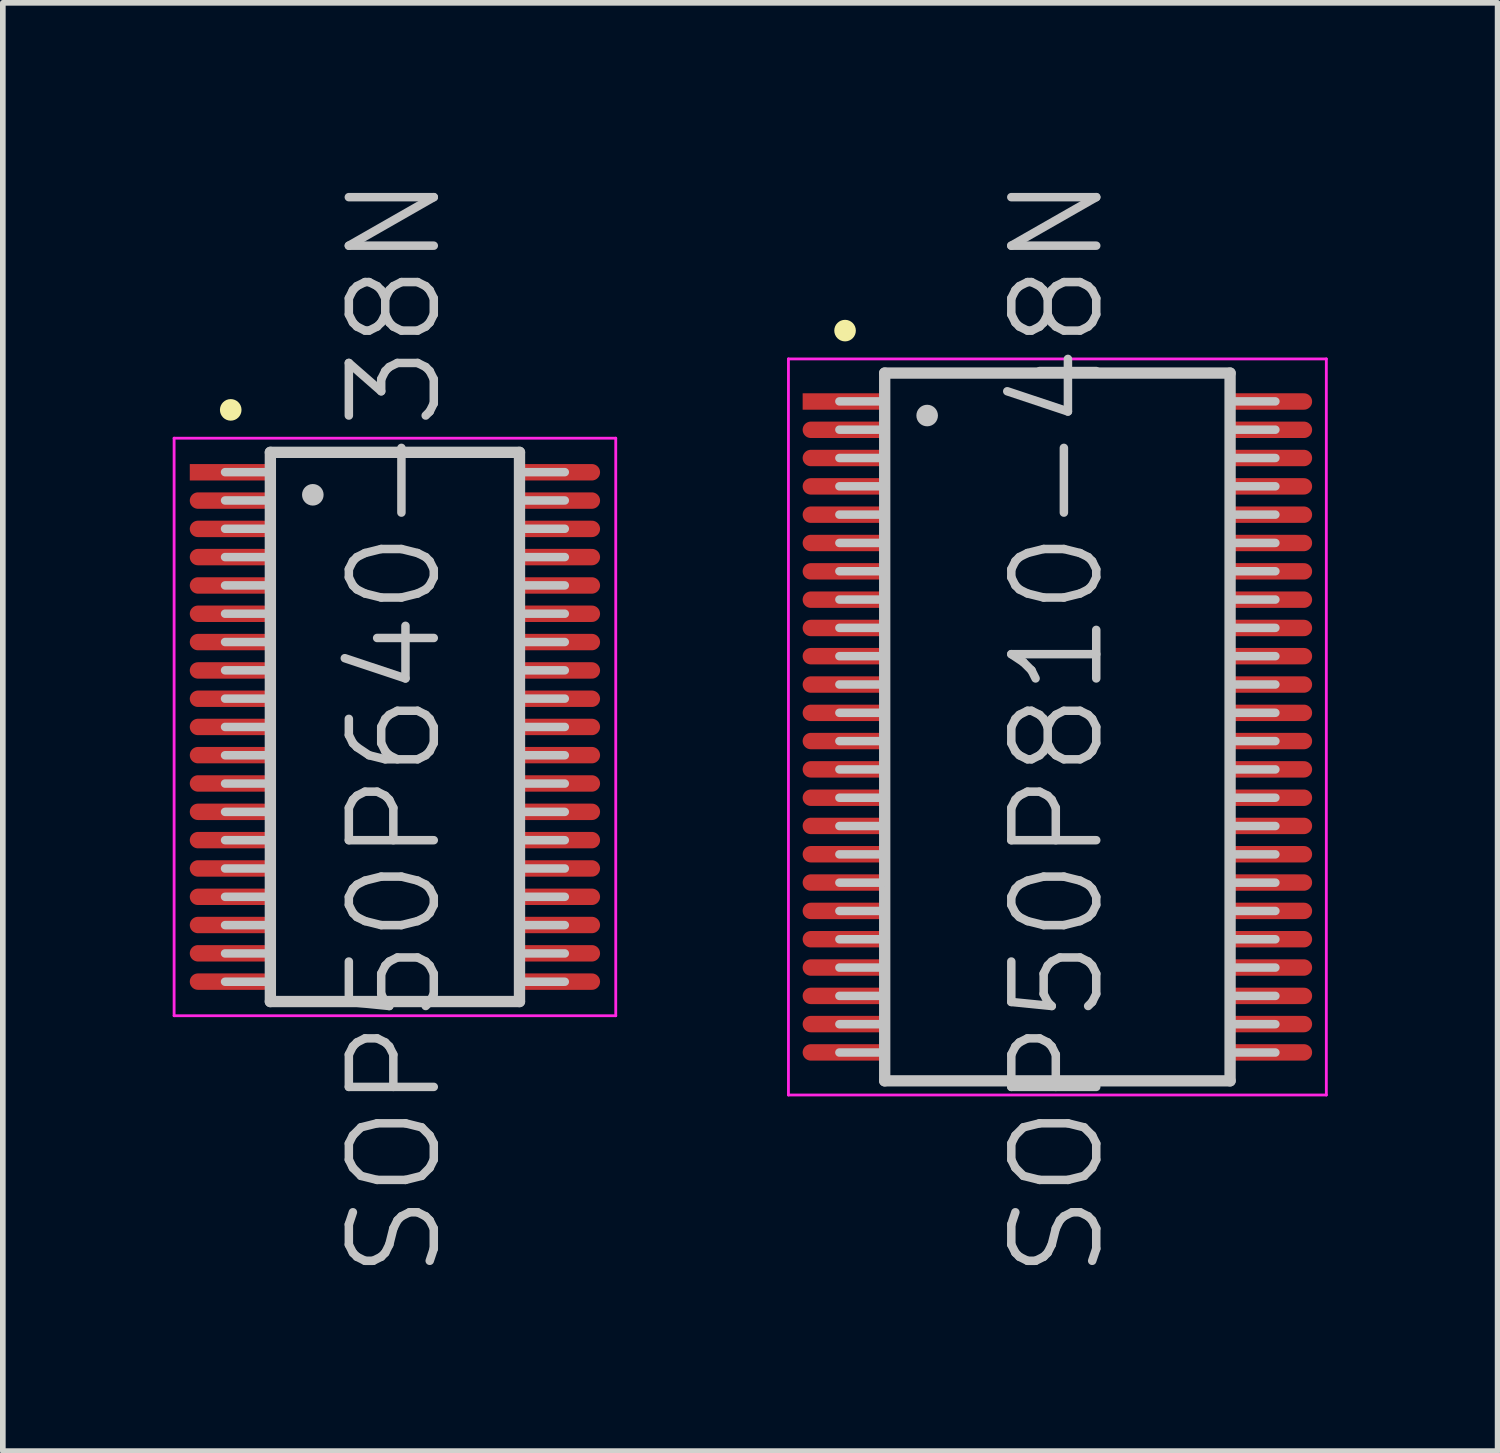
<source format=kicad_pcb>
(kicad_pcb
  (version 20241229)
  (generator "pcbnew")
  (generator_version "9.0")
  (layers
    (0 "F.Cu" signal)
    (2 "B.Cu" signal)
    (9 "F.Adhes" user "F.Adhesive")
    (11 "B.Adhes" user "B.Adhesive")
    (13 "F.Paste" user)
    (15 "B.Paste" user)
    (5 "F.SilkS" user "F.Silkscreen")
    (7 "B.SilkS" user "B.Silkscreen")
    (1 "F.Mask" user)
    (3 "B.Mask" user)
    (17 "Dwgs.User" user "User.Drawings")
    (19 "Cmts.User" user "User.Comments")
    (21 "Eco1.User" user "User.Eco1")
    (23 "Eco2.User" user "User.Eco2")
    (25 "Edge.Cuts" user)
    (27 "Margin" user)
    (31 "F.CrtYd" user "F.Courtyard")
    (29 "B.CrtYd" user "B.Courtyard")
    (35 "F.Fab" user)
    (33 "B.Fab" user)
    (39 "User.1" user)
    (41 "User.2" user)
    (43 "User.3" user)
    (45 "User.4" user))
  (footprint "SOP50P810-48N"
    (layer "F.Cu")
    (at 15.625 9.789)
    (property "Reference" "SOP50P810-48N" (at 0 0 90) (layer "Dwgs.User") (effects (font (size 1.5 1.5) (thickness 0.15))))
    (attr smd)
    (fp_line (start -3.75 -7) (end -3.75 -7) (stroke (width 0.381) (type solid)) (layer "F.SilkS"))
    (fp_line (start -3.05 -6.25) (end -3.05 6.25) (stroke (width 0.2) (type solid)) (layer "Dwgs.User"))
    (fp_line (start -3.05 -6.25) (end 3.05 -6.25) (stroke (width 0.2) (type solid)) (layer "Dwgs.User"))
    (fp_line (start -3.05 -5.75) (end -3.85 -5.75) (stroke (width 0.15) (type solid)) (layer "Dwgs.User"))
    (fp_line (start -3.05 -5.25) (end -3.85 -5.25) (stroke (width 0.15) (type solid)) (layer "Dwgs.User"))
    (fp_line (start -3.05 -4.75) (end -3.85 -4.75) (stroke (width 0.15) (type solid)) (layer "Dwgs.User"))
    (fp_line (start -3.05 -4.25) (end -3.85 -4.25) (stroke (width 0.15) (type solid)) (layer "Dwgs.User"))
    (fp_line (start -3.05 -3.75) (end -3.85 -3.75) (stroke (width 0.15) (type solid)) (layer "Dwgs.User"))
    (fp_line (start -3.05 -3.25) (end -3.85 -3.25) (stroke (width 0.15) (type solid)) (layer "Dwgs.User"))
    (fp_line (start -3.05 -2.75) (end -3.85 -2.75) (stroke (width 0.15) (type solid)) (layer "Dwgs.User"))
    (fp_line (start -3.05 -2.25) (end -3.85 -2.25) (stroke (width 0.15) (type solid)) (layer "Dwgs.User"))
    (fp_line (start -3.05 -1.75) (end -3.85 -1.75) (stroke (width 0.15) (type solid)) (layer "Dwgs.User"))
    (fp_line (start -3.05 -1.25) (end -3.85 -1.25) (stroke (width 0.15) (type solid)) (layer "Dwgs.User"))
    (fp_line (start -3.05 -0.75) (end -3.85 -0.75) (stroke (width 0.15) (type solid)) (layer "Dwgs.User"))
    (fp_line (start -3.05 -0.25) (end -3.85 -0.25) (stroke (width 0.15) (type solid)) (layer "Dwgs.User"))
    (fp_line (start -3.05 0.25) (end -3.85 0.25) (stroke (width 0.15) (type solid)) (layer "Dwgs.User"))
    (fp_line (start -3.05 0.75) (end -3.85 0.75) (stroke (width 0.15) (type solid)) (layer "Dwgs.User"))
    (fp_line (start -3.05 1.25) (end -3.85 1.25) (stroke (width 0.15) (type solid)) (layer "Dwgs.User"))
    (fp_line (start -3.05 1.75) (end -3.85 1.75) (stroke (width 0.15) (type solid)) (layer "Dwgs.User"))
    (fp_line (start -3.05 2.25) (end -3.85 2.25) (stroke (width 0.15) (type solid)) (layer "Dwgs.User"))
    (fp_line (start -3.05 2.75) (end -3.85 2.75) (stroke (width 0.15) (type solid)) (layer "Dwgs.User"))
    (fp_line (start -3.05 3.25) (end -3.85 3.25) (stroke (width 0.15) (type solid)) (layer "Dwgs.User"))
    (fp_line (start -3.05 3.75) (end -3.85 3.75) (stroke (width 0.15) (type solid)) (layer "Dwgs.User"))
    (fp_line (start -3.05 4.25) (end -3.85 4.25) (stroke (width 0.15) (type solid)) (layer "Dwgs.User"))
    (fp_line (start -3.05 4.75) (end -3.85 4.75) (stroke (width 0.15) (type solid)) (layer "Dwgs.User"))
    (fp_line (start -3.05 5.25) (end -3.85 5.25) (stroke (width 0.15) (type solid)) (layer "Dwgs.User"))
    (fp_line (start -3.05 5.75) (end -3.85 5.75) (stroke (width 0.15) (type solid)) (layer "Dwgs.User"))
    (fp_line (start -3.05 6.25) (end 3.05 6.25) (stroke (width 0.2) (type solid)) (layer "Dwgs.User"))
    (fp_line (start -2.3 -5.5) (end -2.3 -5.5) (stroke (width 0.381) (type solid)) (layer "Dwgs.User"))
    (fp_line (start 3.05 -6.25) (end 3.05 6.25) (stroke (width 0.2) (type solid)) (layer "Dwgs.User"))
    (fp_line (start 3.85 -5.75) (end 3.05 -5.75) (stroke (width 0.15) (type solid)) (layer "Dwgs.User"))
    (fp_line (start 3.85 -5.25) (end 3.05 -5.25) (stroke (width 0.15) (type solid)) (layer "Dwgs.User"))
    (fp_line (start 3.85 -4.75) (end 3.05 -4.75) (stroke (width 0.15) (type solid)) (layer "Dwgs.User"))
    (fp_line (start 3.85 -4.25) (end 3.05 -4.25) (stroke (width 0.15) (type solid)) (layer "Dwgs.User"))
    (fp_line (start 3.85 -3.75) (end 3.05 -3.75) (stroke (width 0.15) (type solid)) (layer "Dwgs.User"))
    (fp_line (start 3.85 -3.25) (end 3.05 -3.25) (stroke (width 0.15) (type solid)) (layer "Dwgs.User"))
    (fp_line (start 3.85 -2.75) (end 3.05 -2.75) (stroke (width 0.15) (type solid)) (layer "Dwgs.User"))
    (fp_line (start 3.85 -2.25) (end 3.05 -2.25) (stroke (width 0.15) (type solid)) (layer "Dwgs.User"))
    (fp_line (start 3.85 -1.75) (end 3.05 -1.75) (stroke (width 0.15) (type solid)) (layer "Dwgs.User"))
    (fp_line (start 3.85 -1.25) (end 3.05 -1.25) (stroke (width 0.15) (type solid)) (layer "Dwgs.User"))
    (fp_line (start 3.85 -0.75) (end 3.05 -0.75) (stroke (width 0.15) (type solid)) (layer "Dwgs.User"))
    (fp_line (start 3.85 -0.25) (end 3.05 -0.25) (stroke (width 0.15) (type solid)) (layer "Dwgs.User"))
    (fp_line (start 3.85 0.25) (end 3.05 0.25) (stroke (width 0.15) (type solid)) (layer "Dwgs.User"))
    (fp_line (start 3.85 0.75) (end 3.05 0.75) (stroke (width 0.15) (type solid)) (layer "Dwgs.User"))
    (fp_line (start 3.85 1.25) (end 3.05 1.25) (stroke (width 0.15) (type solid)) (layer "Dwgs.User"))
    (fp_line (start 3.85 1.75) (end 3.05 1.75) (stroke (width 0.15) (type solid)) (layer "Dwgs.User"))
    (fp_line (start 3.85 2.25) (end 3.05 2.25) (stroke (width 0.15) (type solid)) (layer "Dwgs.User"))
    (fp_line (start 3.85 2.75) (end 3.05 2.75) (stroke (width 0.15) (type solid)) (layer "Dwgs.User"))
    (fp_line (start 3.85 3.25) (end 3.05 3.25) (stroke (width 0.15) (type solid)) (layer "Dwgs.User"))
    (fp_line (start 3.85 3.75) (end 3.05 3.75) (stroke (width 0.15) (type solid)) (layer "Dwgs.User"))
    (fp_line (start 3.85 4.25) (end 3.05 4.25) (stroke (width 0.15) (type solid)) (layer "Dwgs.User"))
    (fp_line (start 3.85 4.75) (end 3.05 4.75) (stroke (width 0.15) (type solid)) (layer "Dwgs.User"))
    (fp_line (start 3.85 5.25) (end 3.05 5.25) (stroke (width 0.15) (type solid)) (layer "Dwgs.User"))
    (fp_line (start 3.85 5.75) (end 3.05 5.75) (stroke (width 0.15) (type solid)) (layer "Dwgs.User"))
    (fp_line (start -4.75 -6.5) (end -4.75 6.5) (stroke (width 0.05) (type solid)) (layer "F.CrtYd"))
    (fp_line (start -4.75 -6.5) (end 4.75 -6.5) (stroke (width 0.05) (type solid)) (layer "F.CrtYd"))
    (fp_line (start -4.75 6.5) (end 4.75 6.5) (stroke (width 0.05) (type solid)) (layer "F.CrtYd"))
    (fp_line (start 4.75 -6.5) (end 4.75 6.5) (stroke (width 0.05) (type solid)) (layer "F.CrtYd"))
    (pad "1" smd rect (at -3.749 -5.748 90) (size 0.29 1.5) (layers "F.Cu" "F.Mask" "F.Paste"))
    (pad "2" smd oval (at -3.749 -5.248 90) (size 0.29 1.5) (layers "F.Cu" "F.Mask" "F.Paste"))
    (pad "3" smd oval (at -3.749 -4.75 90) (size 0.29 1.5) (layers "F.Cu" "F.Mask" "F.Paste"))
    (pad "4" smd oval (at -3.749 -4.249 90) (size 0.29 1.5) (layers "F.Cu" "F.Mask" "F.Paste"))
    (pad "5" smd oval (at -3.749 -3.749 90) (size 0.29 1.5) (layers "F.Cu" "F.Mask" "F.Paste"))
    (pad "6" smd oval (at -3.749 -3.249 90) (size 0.29 1.5) (layers "F.Cu" "F.Mask" "F.Paste"))
    (pad "7" smd oval (at -3.749 -2.748 90) (size 0.29 1.5) (layers "F.Cu" "F.Mask" "F.Paste"))
    (pad "8" smd oval (at -3.749 -2.248 90) (size 0.29 1.5) (layers "F.Cu" "F.Mask" "F.Paste"))
    (pad "9" smd oval (at -3.749 -1.748 90) (size 0.29 1.5) (layers "F.Cu" "F.Mask" "F.Paste"))
    (pad "10" smd oval (at -3.749 -1.25 90) (size 0.29 1.5) (layers "F.Cu" "F.Mask" "F.Paste"))
    (pad "11" smd oval (at -3.749 -0.749 90) (size 0.29 1.5) (layers "F.Cu" "F.Mask" "F.Paste"))
    (pad "12" smd oval (at -3.749 -0.249 90) (size 0.29 1.5) (layers "F.Cu" "F.Mask" "F.Paste"))
    (pad "13" smd oval (at -3.749 0.249 90) (size 0.29 1.5) (layers "F.Cu" "F.Mask" "F.Paste"))
    (pad "14" smd oval (at -3.749 0.749 90) (size 0.29 1.5) (layers "F.Cu" "F.Mask" "F.Paste"))
    (pad "15" smd oval (at -3.749 1.25 90) (size 0.29 1.5) (layers "F.Cu" "F.Mask" "F.Paste"))
    (pad "16" smd oval (at -3.749 1.748 90) (size 0.29 1.5) (layers "F.Cu" "F.Mask" "F.Paste"))
    (pad "17" smd oval (at -3.749 2.248 90) (size 0.29 1.5) (layers "F.Cu" "F.Mask" "F.Paste"))
    (pad "18" smd oval (at -3.749 2.748 90) (size 0.29 1.5) (layers "F.Cu" "F.Mask" "F.Paste"))
    (pad "19" smd oval (at -3.749 3.249 90) (size 0.29 1.5) (layers "F.Cu" "F.Mask" "F.Paste"))
    (pad "20" smd oval (at -3.749 3.749 90) (size 0.29 1.5) (layers "F.Cu" "F.Mask" "F.Paste"))
    (pad "21" smd oval (at -3.749 4.249 90) (size 0.29 1.5) (layers "F.Cu" "F.Mask" "F.Paste"))
    (pad "22" smd oval (at -3.749 4.75 90) (size 0.29 1.5) (layers "F.Cu" "F.Mask" "F.Paste"))
    (pad "23" smd oval (at -3.749 5.248 90) (size 0.29 1.5) (layers "F.Cu" "F.Mask" "F.Paste"))
    (pad "24" smd oval (at -3.749 5.748 90) (size 0.29 1.5) (layers "F.Cu" "F.Mask" "F.Paste"))
    (pad "25" smd oval (at 3.749 5.748 270) (size 0.29 1.5) (layers "F.Cu" "F.Mask" "F.Paste"))
    (pad "26" smd oval (at 3.749 5.248 270) (size 0.29 1.5) (layers "F.Cu" "F.Mask" "F.Paste"))
    (pad "27" smd oval (at 3.749 4.75 270) (size 0.29 1.5) (layers "F.Cu" "F.Mask" "F.Paste"))
    (pad "28" smd oval (at 3.749 4.249 270) (size 0.29 1.5) (layers "F.Cu" "F.Mask" "F.Paste"))
    (pad "29" smd oval (at 3.749 3.749 270) (size 0.29 1.5) (layers "F.Cu" "F.Mask" "F.Paste"))
    (pad "30" smd oval (at 3.749 3.249 270) (size 0.29 1.5) (layers "F.Cu" "F.Mask" "F.Paste"))
    (pad "31" smd oval (at 3.749 2.748 270) (size 0.29 1.5) (layers "F.Cu" "F.Mask" "F.Paste"))
    (pad "32" smd oval (at 3.749 2.248 270) (size 0.29 1.5) (layers "F.Cu" "F.Mask" "F.Paste"))
    (pad "33" smd oval (at 3.749 1.748 270) (size 0.29 1.5) (layers "F.Cu" "F.Mask" "F.Paste"))
    (pad "34" smd oval (at 3.749 1.25 270) (size 0.29 1.5) (layers "F.Cu" "F.Mask" "F.Paste"))
    (pad "35" smd oval (at 3.749 0.749 270) (size 0.29 1.5) (layers "F.Cu" "F.Mask" "F.Paste"))
    (pad "36" smd oval (at 3.749 0.249 270) (size 0.29 1.5) (layers "F.Cu" "F.Mask" "F.Paste"))
    (pad "37" smd oval (at 3.749 -0.249 270) (size 0.29 1.5) (layers "F.Cu" "F.Mask" "F.Paste"))
    (pad "38" smd oval (at 3.749 -0.749 270) (size 0.29 1.5) (layers "F.Cu" "F.Mask" "F.Paste"))
    (pad "39" smd oval (at 3.749 -1.25 270) (size 0.29 1.5) (layers "F.Cu" "F.Mask" "F.Paste"))
    (pad "40" smd oval (at 3.749 -1.748 270) (size 0.29 1.5) (layers "F.Cu" "F.Mask" "F.Paste"))
    (pad "41" smd oval (at 3.749 -2.248 270) (size 0.29 1.5) (layers "F.Cu" "F.Mask" "F.Paste"))
    (pad "42" smd oval (at 3.749 -2.748 270) (size 0.29 1.5) (layers "F.Cu" "F.Mask" "F.Paste"))
    (pad "43" smd oval (at 3.749 -3.249 270) (size 0.29 1.5) (layers "F.Cu" "F.Mask" "F.Paste"))
    (pad "44" smd oval (at 3.749 -3.749 270) (size 0.29 1.5) (layers "F.Cu" "F.Mask" "F.Paste"))
    (pad "45" smd oval (at 3.749 -4.249 270) (size 0.29 1.5) (layers "F.Cu" "F.Mask" "F.Paste"))
    (pad "46" smd oval (at 3.749 -4.75 270) (size 0.29 1.5) (layers "F.Cu" "F.Mask" "F.Paste"))
    (pad "47" smd oval (at 3.749 -5.248 270) (size 0.29 1.5) (layers "F.Cu" "F.Mask" "F.Paste"))
    (pad "48" smd oval (at 3.749 -5.748 270) (size 0.29 1.5) (layers "F.Cu" "F.Mask" "F.Paste")))
  (footprint "SOP50P640-38N"
    (layer "F.Cu")
    (at 3.925 9.789)
    (property "Reference" "SOP50P640-38N" (at 0 0 90) (layer "Dwgs.User") (effects (font (size 1.5 1.5) (thickness 0.15))))
    (attr smd)
    (fp_line (start -2.9 -5.6) (end -2.9 -5.6) (stroke (width 0.381) (type solid)) (layer "F.SilkS"))
    (fp_line (start -2.2 -4.85) (end -2.2 4.85) (stroke (width 0.2) (type solid)) (layer "Dwgs.User"))
    (fp_line (start -2.2 -4.85) (end 2.2 -4.85) (stroke (width 0.2) (type solid)) (layer "Dwgs.User"))
    (fp_line (start -2.2 -4.5) (end -3 -4.5) (stroke (width 0.15) (type solid)) (layer "Dwgs.User"))
    (fp_line (start -2.2 -4) (end -3 -4) (stroke (width 0.15) (type solid)) (layer "Dwgs.User"))
    (fp_line (start -2.2 -3.5) (end -3 -3.5) (stroke (width 0.15) (type solid)) (layer "Dwgs.User"))
    (fp_line (start -2.2 -3) (end -3 -3) (stroke (width 0.15) (type solid)) (layer "Dwgs.User"))
    (fp_line (start -2.2 -2.5) (end -3 -2.5) (stroke (width 0.15) (type solid)) (layer "Dwgs.User"))
    (fp_line (start -2.2 -2) (end -3 -2) (stroke (width 0.15) (type solid)) (layer "Dwgs.User"))
    (fp_line (start -2.2 -1.5) (end -3 -1.5) (stroke (width 0.15) (type solid)) (layer "Dwgs.User"))
    (fp_line (start -2.2 -1) (end -3 -1) (stroke (width 0.15) (type solid)) (layer "Dwgs.User"))
    (fp_line (start -2.2 -0.5) (end -3 -0.5) (stroke (width 0.15) (type solid)) (layer "Dwgs.User"))
    (fp_line (start -2.2 0) (end -3 0) (stroke (width 0.15) (type solid)) (layer "Dwgs.User"))
    (fp_line (start -2.2 0.5) (end -3 0.5) (stroke (width 0.15) (type solid)) (layer "Dwgs.User"))
    (fp_line (start -2.2 1) (end -3 1) (stroke (width 0.15) (type solid)) (layer "Dwgs.User"))
    (fp_line (start -2.2 1.5) (end -3 1.5) (stroke (width 0.15) (type solid)) (layer "Dwgs.User"))
    (fp_line (start -2.2 2) (end -3 2) (stroke (width 0.15) (type solid)) (layer "Dwgs.User"))
    (fp_line (start -2.2 2.5) (end -3 2.5) (stroke (width 0.15) (type solid)) (layer "Dwgs.User"))
    (fp_line (start -2.2 3) (end -3 3) (stroke (width 0.15) (type solid)) (layer "Dwgs.User"))
    (fp_line (start -2.2 3.5) (end -3 3.5) (stroke (width 0.15) (type solid)) (layer "Dwgs.User"))
    (fp_line (start -2.2 4) (end -3 4) (stroke (width 0.15) (type solid)) (layer "Dwgs.User"))
    (fp_line (start -2.2 4.5) (end -3 4.5) (stroke (width 0.15) (type solid)) (layer "Dwgs.User"))
    (fp_line (start -2.2 4.85) (end 2.2 4.85) (stroke (width 0.2) (type solid)) (layer "Dwgs.User"))
    (fp_line (start -1.45 -4.1) (end -1.45 -4.1) (stroke (width 0.381) (type solid)) (layer "Dwgs.User"))
    (fp_line (start 2.2 -4.85) (end 2.2 4.85) (stroke (width 0.2) (type solid)) (layer "Dwgs.User"))
    (fp_line (start 3 -4.5) (end 2.2 -4.5) (stroke (width 0.15) (type solid)) (layer "Dwgs.User"))
    (fp_line (start 3 -4) (end 2.2 -4) (stroke (width 0.15) (type solid)) (layer "Dwgs.User"))
    (fp_line (start 3 -3.5) (end 2.2 -3.5) (stroke (width 0.15) (type solid)) (layer "Dwgs.User"))
    (fp_line (start 3 -3) (end 2.2 -3) (stroke (width 0.15) (type solid)) (layer "Dwgs.User"))
    (fp_line (start 3 -2.5) (end 2.2 -2.5) (stroke (width 0.15) (type solid)) (layer "Dwgs.User"))
    (fp_line (start 3 -2) (end 2.2 -2) (stroke (width 0.15) (type solid)) (layer "Dwgs.User"))
    (fp_line (start 3 -1.5) (end 2.2 -1.5) (stroke (width 0.15) (type solid)) (layer "Dwgs.User"))
    (fp_line (start 3 -1) (end 2.2 -1) (stroke (width 0.15) (type solid)) (layer "Dwgs.User"))
    (fp_line (start 3 -0.5) (end 2.2 -0.5) (stroke (width 0.15) (type solid)) (layer "Dwgs.User"))
    (fp_line (start 3 0) (end 2.2 0) (stroke (width 0.15) (type solid)) (layer "Dwgs.User"))
    (fp_line (start 3 0.5) (end 2.2 0.5) (stroke (width 0.15) (type solid)) (layer "Dwgs.User"))
    (fp_line (start 3 1) (end 2.2 1) (stroke (width 0.15) (type solid)) (layer "Dwgs.User"))
    (fp_line (start 3 1.5) (end 2.2 1.5) (stroke (width 0.15) (type solid)) (layer "Dwgs.User"))
    (fp_line (start 3 2) (end 2.2 2) (stroke (width 0.15) (type solid)) (layer "Dwgs.User"))
    (fp_line (start 3 2.5) (end 2.2 2.5) (stroke (width 0.15) (type solid)) (layer "Dwgs.User"))
    (fp_line (start 3 3) (end 2.2 3) (stroke (width 0.15) (type solid)) (layer "Dwgs.User"))
    (fp_line (start 3 3.5) (end 2.2 3.5) (stroke (width 0.15) (type solid)) (layer "Dwgs.User"))
    (fp_line (start 3 4) (end 2.2 4) (stroke (width 0.15) (type solid)) (layer "Dwgs.User"))
    (fp_line (start 3 4.5) (end 2.2 4.5) (stroke (width 0.15) (type solid)) (layer "Dwgs.User"))
    (fp_line (start -3.9 -5.1) (end -3.9 5.1) (stroke (width 0.05) (type solid)) (layer "F.CrtYd"))
    (fp_line (start -3.9 -5.1) (end 3.9 -5.1) (stroke (width 0.05) (type solid)) (layer "F.CrtYd"))
    (fp_line (start -3.9 5.1) (end 3.9 5.1) (stroke (width 0.05) (type solid)) (layer "F.CrtYd"))
    (fp_line (start 3.9 -5.1) (end 3.9 5.1) (stroke (width 0.05) (type solid)) (layer "F.CrtYd"))
    (pad "1" smd rect (at -2.898 -4.498 90) (size 0.29 1.45) (layers "F.Cu" "F.Mask" "F.Paste"))
    (pad "2" smd oval (at -2.898 -3.998 90) (size 0.29 1.45) (layers "F.Cu" "F.Mask" "F.Paste"))
    (pad "3" smd oval (at -2.898 -3.498 90) (size 0.29 1.45) (layers "F.Cu" "F.Mask" "F.Paste"))
    (pad "4" smd oval (at -2.898 -3 90) (size 0.29 1.45) (layers "F.Cu" "F.Mask" "F.Paste"))
    (pad "5" smd oval (at -2.898 -2.499 90) (size 0.29 1.45) (layers "F.Cu" "F.Mask" "F.Paste"))
    (pad "6" smd oval (at -2.898 -1.999 90) (size 0.29 1.45) (layers "F.Cu" "F.Mask" "F.Paste"))
    (pad "7" smd oval (at -2.898 -1.499 90) (size 0.29 1.45) (layers "F.Cu" "F.Mask" "F.Paste"))
    (pad "8" smd oval (at -2.898 -0.998 90) (size 0.29 1.45) (layers "F.Cu" "F.Mask" "F.Paste"))
    (pad "9" smd oval (at -2.898 -0.498 90) (size 0.29 1.45) (layers "F.Cu" "F.Mask" "F.Paste"))
    (pad "10" smd oval (at -2.898 0 90) (size 0.29 1.45) (layers "F.Cu" "F.Mask" "F.Paste"))
    (pad "11" smd oval (at -2.898 0.498 90) (size 0.29 1.45) (layers "F.Cu" "F.Mask" "F.Paste"))
    (pad "12" smd oval (at -2.898 0.998 90) (size 0.29 1.45) (layers "F.Cu" "F.Mask" "F.Paste"))
    (pad "13" smd oval (at -2.898 1.499 90) (size 0.29 1.45) (layers "F.Cu" "F.Mask" "F.Paste"))
    (pad "14" smd oval (at -2.898 1.999 90) (size 0.29 1.45) (layers "F.Cu" "F.Mask" "F.Paste"))
    (pad "15" smd oval (at -2.898 2.499 90) (size 0.29 1.45) (layers "F.Cu" "F.Mask" "F.Paste"))
    (pad "16" smd oval (at -2.898 3 90) (size 0.29 1.45) (layers "F.Cu" "F.Mask" "F.Paste"))
    (pad "17" smd oval (at -2.898 3.498 90) (size 0.29 1.45) (layers "F.Cu" "F.Mask" "F.Paste"))
    (pad "18" smd oval (at -2.898 3.998 90) (size 0.29 1.45) (layers "F.Cu" "F.Mask" "F.Paste"))
    (pad "19" smd oval (at -2.898 4.498 90) (size 0.29 1.45) (layers "F.Cu" "F.Mask" "F.Paste"))
    (pad "20" smd oval (at 2.898 4.498 270) (size 0.29 1.45) (layers "F.Cu" "F.Mask" "F.Paste"))
    (pad "21" smd oval (at 2.898 3.998 270) (size 0.29 1.45) (layers "F.Cu" "F.Mask" "F.Paste"))
    (pad "22" smd oval (at 2.898 3.498 270) (size 0.29 1.45) (layers "F.Cu" "F.Mask" "F.Paste"))
    (pad "23" smd oval (at 2.898 3 270) (size 0.29 1.45) (layers "F.Cu" "F.Mask" "F.Paste"))
    (pad "24" smd oval (at 2.898 2.499 270) (size 0.29 1.45) (layers "F.Cu" "F.Mask" "F.Paste"))
    (pad "25" smd oval (at 2.898 1.999 270) (size 0.29 1.45) (layers "F.Cu" "F.Mask" "F.Paste"))
    (pad "26" smd oval (at 2.898 1.499 270) (size 0.29 1.45) (layers "F.Cu" "F.Mask" "F.Paste"))
    (pad "27" smd oval (at 2.898 0.998 270) (size 0.29 1.45) (layers "F.Cu" "F.Mask" "F.Paste"))
    (pad "28" smd oval (at 2.898 0.498 270) (size 0.29 1.45) (layers "F.Cu" "F.Mask" "F.Paste"))
    (pad "29" smd oval (at 2.898 0 270) (size 0.29 1.45) (layers "F.Cu" "F.Mask" "F.Paste"))
    (pad "30" smd oval (at 2.898 -0.498 270) (size 0.29 1.45) (layers "F.Cu" "F.Mask" "F.Paste"))
    (pad "31" smd oval (at 2.898 -0.998 270) (size 0.29 1.45) (layers "F.Cu" "F.Mask" "F.Paste"))
    (pad "32" smd oval (at 2.898 -1.499 270) (size 0.29 1.45) (layers "F.Cu" "F.Mask" "F.Paste"))
    (pad "33" smd oval (at 2.898 -1.999 270) (size 0.29 1.45) (layers "F.Cu" "F.Mask" "F.Paste"))
    (pad "34" smd oval (at 2.898 -2.499 270) (size 0.29 1.45) (layers "F.Cu" "F.Mask" "F.Paste"))
    (pad "35" smd oval (at 2.898 -3 270) (size 0.29 1.45) (layers "F.Cu" "F.Mask" "F.Paste"))
    (pad "36" smd oval (at 2.898 -3.498 270) (size 0.29 1.45) (layers "F.Cu" "F.Mask" "F.Paste"))
    (pad "37" smd oval (at 2.898 -3.998 270) (size 0.29 1.45) (layers "F.Cu" "F.Mask" "F.Paste"))
    (pad "38" smd oval (at 2.898 -4.498 270) (size 0.29 1.45) (layers "F.Cu" "F.Mask" "F.Paste")))
  (gr_rect
    (start -3 -3)
    (end 23.4 22.579)
    (stroke (width 0.1) (type default))
    (fill no)
    (layer "Edge.Cuts")))
</source>
